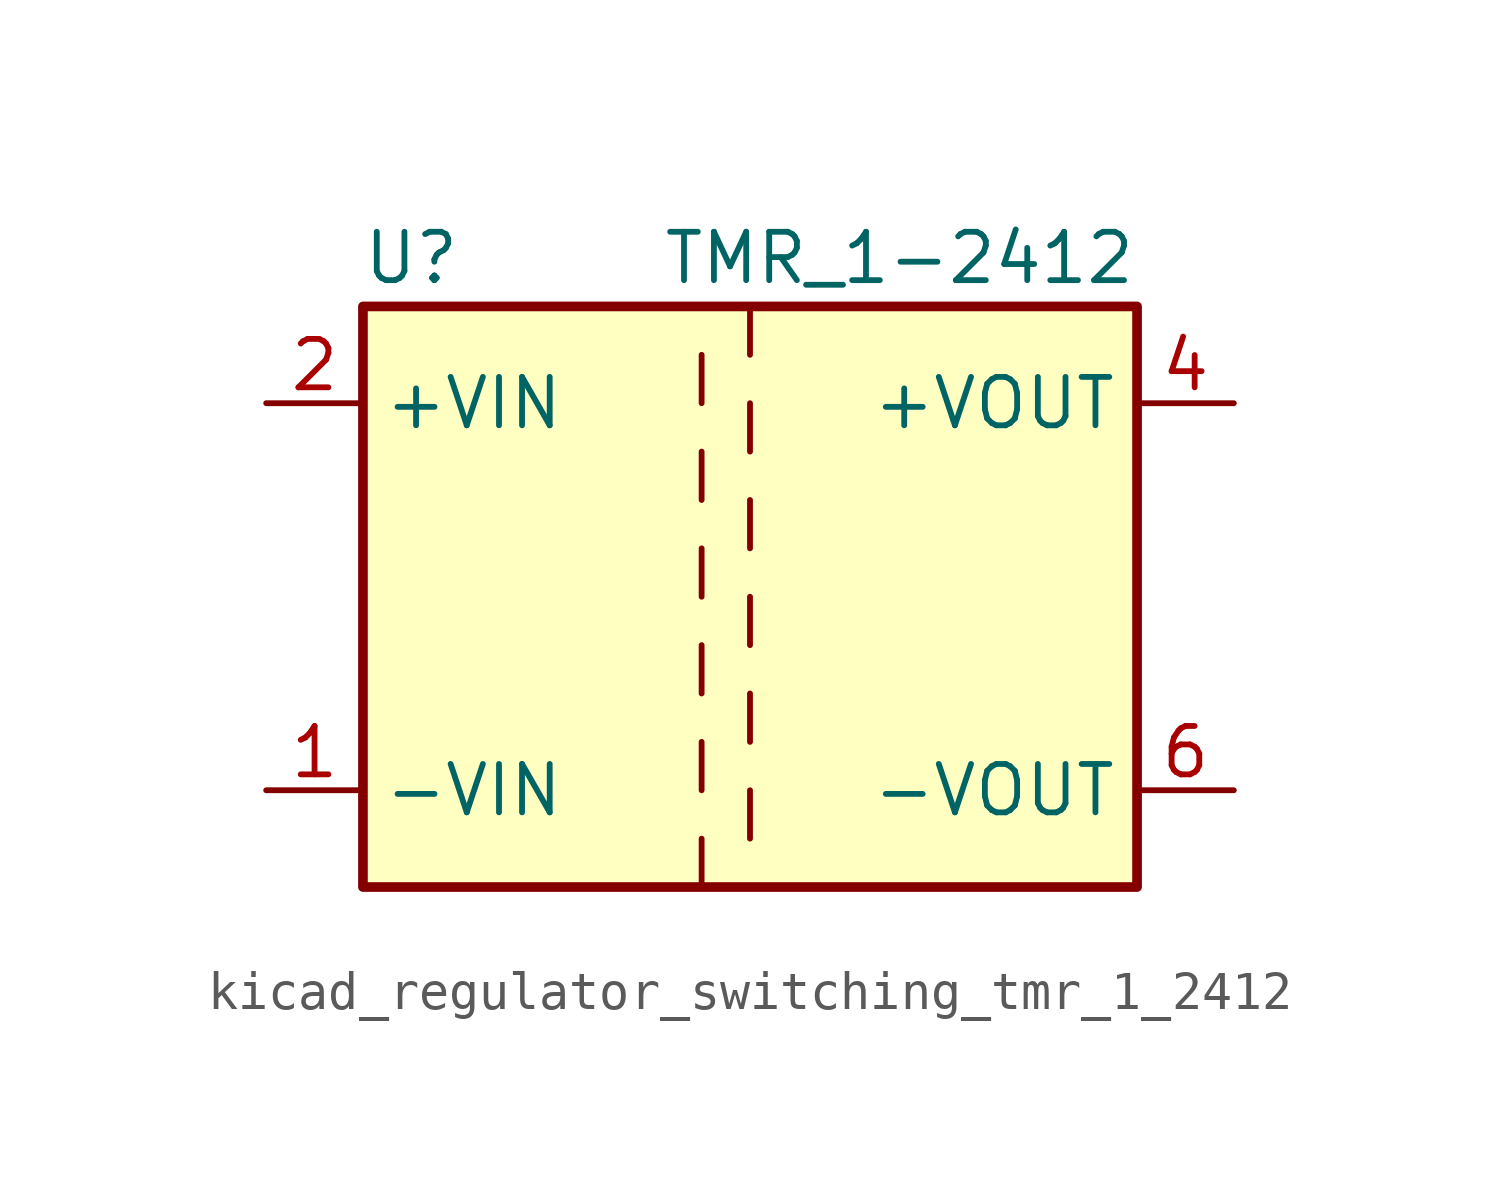
<source format=kicad_sym>
(kicad_symbol_lib
  (version 20220914)
  (generator kicad_symbol_editor)
  (symbol "kicad_regulator_switching_tmr_1_2412"
    (property "Reference" "U"
      (at -8.89 8.89 0)
      (effects (font (size 1.27 1.27))))
    (property "Value" "TMR_1-2412"
      (at 10.16 8.89 0)
      (effects (font (size 1.27 1.27)) (justify right)))
    (symbol "kicad_regulator_switching_tmr_1_2412_0_1"
      (rectangle (start -10.16 7.62) (end 10.16 -7.62) (stroke (width 0.254) (type default)) (fill (type background)))
      (polyline (pts (xy -1.27 -7.62) (xy -1.27 -6.35)) (stroke (width 0) (type default)) (fill (type none)))
      (polyline (pts (xy -1.27 -5.08) (xy -1.27 -3.81)) (stroke (width 0) (type default)) (fill (type none)))
      (polyline (pts (xy -1.27 -2.54) (xy -1.27 -1.27)) (stroke (width 0) (type default)) (fill (type none)))
      (polyline (pts (xy -1.27 0) (xy -1.27 1.27)) (stroke (width 0) (type default)) (fill (type none)))
      (polyline (pts (xy -1.27 2.54) (xy -1.27 3.81)) (stroke (width 0) (type default)) (fill (type none)))
      (polyline (pts (xy -1.27 5.08) (xy -1.27 6.35)) (stroke (width 0) (type default)) (fill (type none)))
      (polyline (pts (xy 0 -5.08) (xy 0 -6.35)) (stroke (width 0) (type default)) (fill (type none)))
      (polyline (pts (xy 0 -2.54) (xy 0 -3.81)) (stroke (width 0) (type default)) (fill (type none)))
      (polyline (pts (xy 0 0) (xy 0 -1.27)) (stroke (width 0) (type default)) (fill (type none)))
      (polyline (pts (xy 0 2.54) (xy 0 1.27)) (stroke (width 0) (type default)) (fill (type none)))
      (polyline (pts (xy 0 5.08) (xy 0 3.81)) (stroke (width 0) (type default)) (fill (type none)))
      (polyline (pts (xy 0 7.62) (xy 0 6.35)) (stroke (width 0) (type default)) (fill (type none))))
    (symbol "kicad_regulator_switching_tmr_1_2412_1_1"
      (pin power_in line (at -12.7 -5.08 0) (length 2.54) (name "-VIN" (effects (font (size 1.27 1.27)))) (number "1" (effects (font (size 1.27 1.27)))))
      (pin power_in line (at -12.7 5.08 0) (length 2.54) (name "+VIN" (effects (font (size 1.27 1.27)))) (number "2" (effects (font (size 1.27 1.27)))))
      (pin power_out line (at 12.7 5.08 180) (length 2.54) (name "+VOUT" (effects (font (size 1.27 1.27)))) (number "4" (effects (font (size 1.27 1.27)))))
      (pin power_out line (at 12.7 -5.08 180) (length 2.54) (name "-VOUT" (effects (font (size 1.27 1.27)))) (number "6" (effects (font (size 1.27 1.27))))))))
</source>
